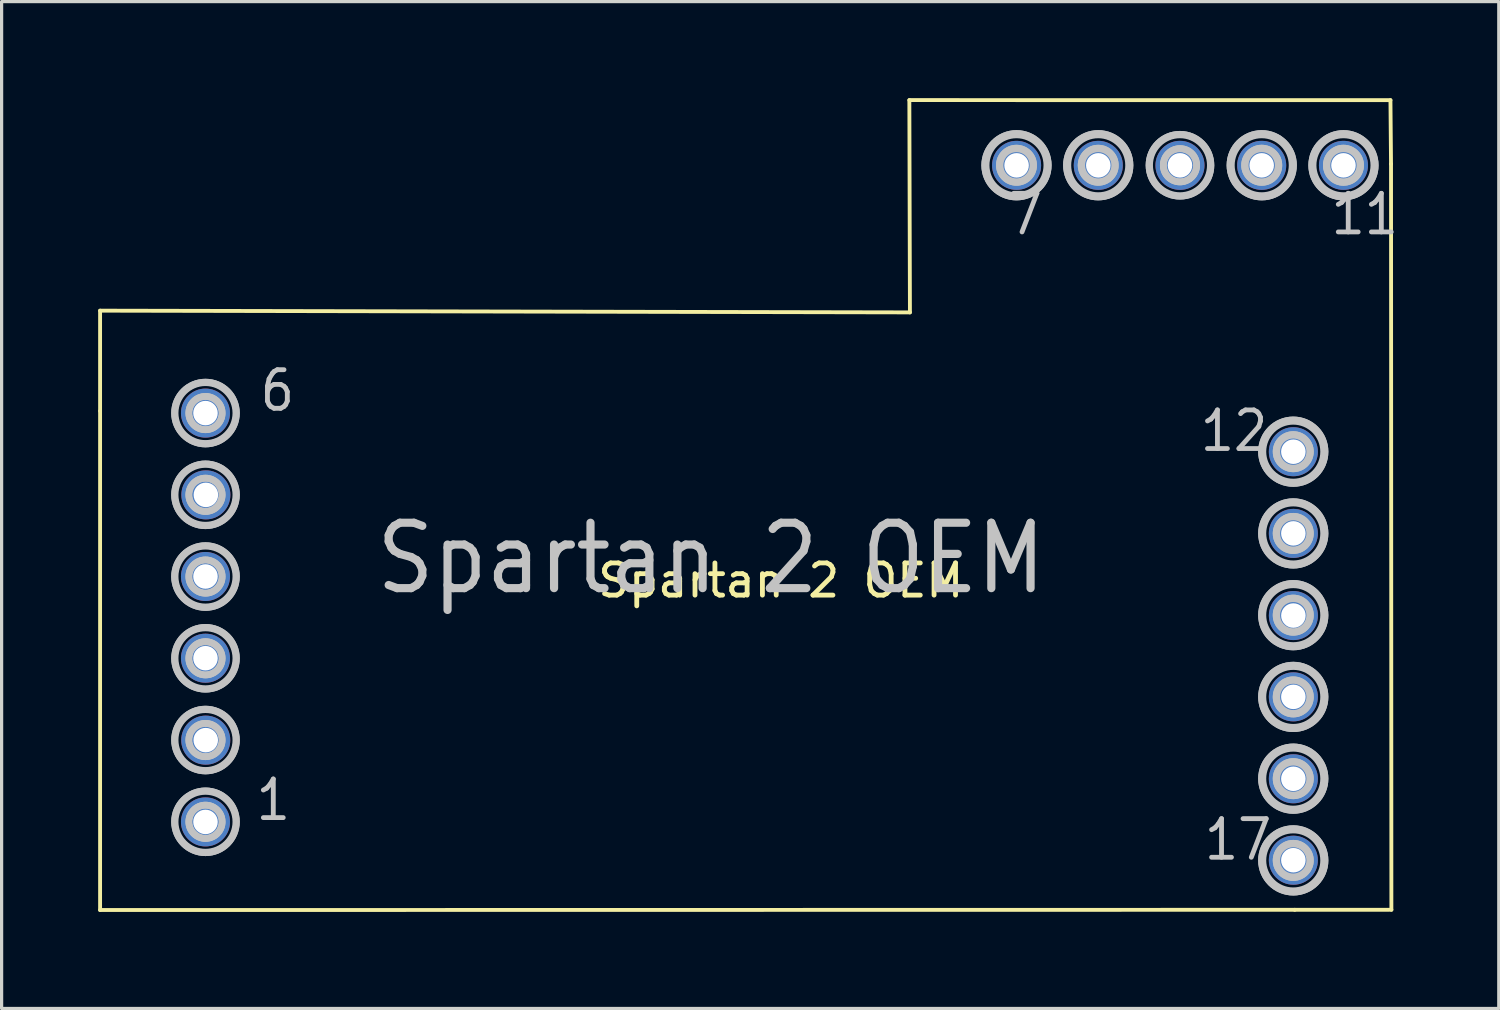
<source format=kicad_pcb>
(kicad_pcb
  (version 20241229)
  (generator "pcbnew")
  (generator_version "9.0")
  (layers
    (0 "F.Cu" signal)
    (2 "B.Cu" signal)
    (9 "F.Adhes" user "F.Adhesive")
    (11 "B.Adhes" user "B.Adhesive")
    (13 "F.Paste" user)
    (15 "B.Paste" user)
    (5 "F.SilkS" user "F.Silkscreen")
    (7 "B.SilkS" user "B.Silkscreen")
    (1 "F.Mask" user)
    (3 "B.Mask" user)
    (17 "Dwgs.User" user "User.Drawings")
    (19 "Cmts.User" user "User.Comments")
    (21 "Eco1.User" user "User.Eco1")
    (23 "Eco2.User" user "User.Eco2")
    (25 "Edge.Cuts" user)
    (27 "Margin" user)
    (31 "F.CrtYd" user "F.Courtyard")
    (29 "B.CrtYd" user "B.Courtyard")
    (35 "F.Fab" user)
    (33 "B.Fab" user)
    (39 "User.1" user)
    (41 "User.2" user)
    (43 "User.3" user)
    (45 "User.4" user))
  (footprint "Spartan 2 OEM"
    (layer "F.Cu")
    (at 21.212 15.487)
    (property "Reference" "Spartan 2 OEM" (at 0 -0.5 0) (unlocked yes) (layer "F.SilkS") (effects (font (size 1 1) (thickness 0.15))))
    (attr through_hole)
    (fp_line (start -21.152 -8.884) (end 4.012 -8.83) (stroke (width 0.12) (type solid)) (layer "F.SilkS"))
    (fp_line (start -21.152 -5.766) (end -21.152 -8.884) (stroke (width 0.12) (type solid)) (layer "F.SilkS"))
    (fp_line (start -21.152 -5.766) (end -21.152 9.74) (stroke (width 0.12) (type solid)) (layer "F.SilkS"))
    (fp_line (start 3.994 -15.427) (end 4.012 -8.83) (stroke (width 0.12) (type solid)) (layer "F.SilkS"))
    (fp_line (start 15.969 9.733) (end -21.152 9.74) (stroke (width 0.12) (type solid)) (layer "F.SilkS"))
    (fp_line (start 15.969 9.733) (end 18.972 9.732) (stroke (width 0.12) (type solid)) (layer "F.SilkS"))
    (fp_line (start 18.943 -15.425) (end 3.994 -15.427) (stroke (width 0.12) (type solid)) (layer "F.SilkS"))
    (fp_line (start 18.961 -13.441) (end 18.943 -15.425) (stroke (width 0.12) (type solid)) (layer "F.SilkS"))
    (fp_line (start 18.961 -13.441) (end 18.972 9.732) (stroke (width 0.12) (type solid)) (layer "F.SilkS"))
    (fp_circle (center -17.877 -5.702) (end -16.937 -5.702) (stroke (width 0.2) (type solid)) (fill no) (layer "Dwgs.User"))
    (fp_circle (center -17.877 -5.702) (end -16.912 -5.702) (stroke (width 0.2) (type solid)) (fill no) (layer "Dwgs.User"))
    (fp_circle (center -17.877 -5.702) (end -16.912 -5.702) (stroke (width 0.2) (type solid)) (fill no) (layer "Dwgs.User"))
    (fp_circle (center -17.877 -3.162) (end -16.937 -3.162) (stroke (width 0.2) (type solid)) (fill no) (layer "Dwgs.User"))
    (fp_circle (center -17.877 -3.162) (end -16.912 -3.162) (stroke (width 0.2) (type solid)) (fill no) (layer "Dwgs.User"))
    (fp_circle (center -17.877 -3.162) (end -16.912 -3.162) (stroke (width 0.2) (type solid)) (fill no) (layer "Dwgs.User"))
    (fp_circle (center -17.877 -0.622) (end -16.937 -0.622) (stroke (width 0.2) (type solid)) (fill no) (layer "Dwgs.User"))
    (fp_circle (center -17.877 -0.622) (end -16.912 -0.622) (stroke (width 0.2) (type solid)) (fill no) (layer "Dwgs.User"))
    (fp_circle (center -17.877 -0.622) (end -16.912 -0.622) (stroke (width 0.2) (type solid)) (fill no) (layer "Dwgs.User"))
    (fp_circle (center -17.877 1.918) (end -16.937 1.918) (stroke (width 0.2) (type solid)) (fill no) (layer "Dwgs.User"))
    (fp_circle (center -17.877 1.918) (end -16.912 1.918) (stroke (width 0.2) (type solid)) (fill no) (layer "Dwgs.User"))
    (fp_circle (center -17.877 1.918) (end -16.912 1.918) (stroke (width 0.2) (type solid)) (fill no) (layer "Dwgs.User"))
    (fp_circle (center -17.877 4.458) (end -16.937 4.458) (stroke (width 0.2) (type solid)) (fill no) (layer "Dwgs.User"))
    (fp_circle (center -17.877 4.458) (end -16.912 4.458) (stroke (width 0.2) (type solid)) (fill no) (layer "Dwgs.User"))
    (fp_circle (center -17.877 4.458) (end -16.912 4.458) (stroke (width 0.2) (type solid)) (fill no) (layer "Dwgs.User"))
    (fp_circle (center -17.877 6.998) (end -16.937 6.998) (stroke (width 0.2) (type solid)) (fill no) (layer "Dwgs.User"))
    (fp_circle (center -17.877 6.998) (end -16.912 6.998) (stroke (width 0.2) (type solid)) (fill no) (layer "Dwgs.User"))
    (fp_circle (center -17.877 6.998) (end -16.912 6.998) (stroke (width 0.2) (type solid)) (fill no) (layer "Dwgs.User"))
    (fp_circle (center -17.877 -5.702) (end -17.369 -5.702) (stroke (width 0.2) (type solid)) (fill no) (layer "Dwgs.User"))
    (fp_circle (center -17.877 -5.702) (end -17.355 -5.702) (stroke (width 0.2) (type solid)) (fill no) (layer "Dwgs.User"))
    (fp_circle (center -17.877 -5.702) (end -17.355 -5.702) (stroke (width 0.2) (type solid)) (fill no) (layer "Dwgs.User"))
    (fp_circle (center -17.877 -3.162) (end -17.369 -3.162) (stroke (width 0.2) (type solid)) (fill no) (layer "Dwgs.User"))
    (fp_circle (center -17.877 -3.162) (end -17.355 -3.162) (stroke (width 0.2) (type solid)) (fill no) (layer "Dwgs.User"))
    (fp_circle (center -17.877 -3.162) (end -17.355 -3.162) (stroke (width 0.2) (type solid)) (fill no) (layer "Dwgs.User"))
    (fp_circle (center -17.877 -0.622) (end -17.369 -0.622) (stroke (width 0.2) (type solid)) (fill no) (layer "Dwgs.User"))
    (fp_circle (center -17.877 -0.622) (end -17.355 -0.622) (stroke (width 0.2) (type solid)) (fill no) (layer "Dwgs.User"))
    (fp_circle (center -17.877 -0.622) (end -17.355 -0.622) (stroke (width 0.2) (type solid)) (fill no) (layer "Dwgs.User"))
    (fp_circle (center -17.877 1.918) (end -17.369 1.918) (stroke (width 0.2) (type solid)) (fill no) (layer "Dwgs.User"))
    (fp_circle (center -17.877 1.918) (end -17.355 1.918) (stroke (width 0.2) (type solid)) (fill no) (layer "Dwgs.User"))
    (fp_circle (center -17.877 1.918) (end -17.355 1.918) (stroke (width 0.2) (type solid)) (fill no) (layer "Dwgs.User"))
    (fp_circle (center -17.877 4.458) (end -17.369 4.458) (stroke (width 0.2) (type solid)) (fill no) (layer "Dwgs.User"))
    (fp_circle (center -17.877 4.458) (end -17.355 4.458) (stroke (width 0.2) (type solid)) (fill no) (layer "Dwgs.User"))
    (fp_circle (center -17.877 4.458) (end -17.355 4.458) (stroke (width 0.2) (type solid)) (fill no) (layer "Dwgs.User"))
    (fp_circle (center -17.877 6.998) (end -17.369 6.998) (stroke (width 0.2) (type solid)) (fill no) (layer "Dwgs.User"))
    (fp_circle (center -17.877 6.998) (end -17.355 6.998) (stroke (width 0.2) (type solid)) (fill no) (layer "Dwgs.User"))
    (fp_circle (center -17.877 6.998) (end -17.355 6.998) (stroke (width 0.2) (type solid)) (fill no) (layer "Dwgs.User"))
    (fp_circle (center 7.323 -13.402) (end 7.831 -13.402) (stroke (width 0.2) (type solid)) (fill no) (layer "Dwgs.User"))
    (fp_circle (center 7.323 -13.402) (end 7.858 -13.402) (stroke (width 0.2) (type solid)) (fill no) (layer "Dwgs.User"))
    (fp_circle (center 7.323 -13.402) (end 7.858 -13.402) (stroke (width 0.2) (type solid)) (fill no) (layer "Dwgs.User"))
    (fp_circle (center 7.323 -13.402) (end 8.263 -13.402) (stroke (width 0.2) (type solid)) (fill no) (layer "Dwgs.User"))
    (fp_circle (center 7.323 -13.402) (end 8.314 -13.402) (stroke (width 0.2) (type solid)) (fill no) (layer "Dwgs.User"))
    (fp_circle (center 7.323 -13.402) (end 8.314 -13.402) (stroke (width 0.2) (type solid)) (fill no) (layer "Dwgs.User"))
    (fp_circle (center 9.863 -13.402) (end 10.371 -13.402) (stroke (width 0.2) (type solid)) (fill no) (layer "Dwgs.User"))
    (fp_circle (center 9.863 -13.402) (end 10.398 -13.402) (stroke (width 0.2) (type solid)) (fill no) (layer "Dwgs.User"))
    (fp_circle (center 9.863 -13.402) (end 10.398 -13.402) (stroke (width 0.2) (type solid)) (fill no) (layer "Dwgs.User"))
    (fp_circle (center 9.863 -13.402) (end 10.803 -13.402) (stroke (width 0.2) (type solid)) (fill no) (layer "Dwgs.User"))
    (fp_circle (center 9.863 -13.402) (end 10.854 -13.402) (stroke (width 0.2) (type solid)) (fill no) (layer "Dwgs.User"))
    (fp_circle (center 9.863 -13.402) (end 10.854 -13.402) (stroke (width 0.2) (type solid)) (fill no) (layer "Dwgs.User"))
    (fp_circle (center 12.403 -13.402) (end 12.911 -13.402) (stroke (width 0.2) (type solid)) (fill no) (layer "Dwgs.User"))
    (fp_circle (center 12.403 -13.402) (end 12.925 -13.402) (stroke (width 0.2) (type solid)) (fill no) (layer "Dwgs.User"))
    (fp_circle (center 12.403 -13.402) (end 12.925 -13.402) (stroke (width 0.2) (type solid)) (fill no) (layer "Dwgs.User"))
    (fp_circle (center 12.403 -13.402) (end 13.343 -13.402) (stroke (width 0.2) (type solid)) (fill no) (layer "Dwgs.User"))
    (fp_circle (center 12.403 -13.402) (end 13.369 -13.402) (stroke (width 0.2) (type solid)) (fill no) (layer "Dwgs.User"))
    (fp_circle (center 12.403 -13.402) (end 13.369 -13.402) (stroke (width 0.2) (type solid)) (fill no) (layer "Dwgs.User"))
    (fp_circle (center 14.943 -13.402) (end 15.451 -13.402) (stroke (width 0.2) (type solid)) (fill no) (layer "Dwgs.User"))
    (fp_circle (center 14.943 -13.402) (end 15.479 -13.402) (stroke (width 0.2) (type solid)) (fill no) (layer "Dwgs.User"))
    (fp_circle (center 14.943 -13.402) (end 15.479 -13.402) (stroke (width 0.2) (type solid)) (fill no) (layer "Dwgs.User"))
    (fp_circle (center 14.943 -13.402) (end 15.883 -13.402) (stroke (width 0.2) (type solid)) (fill no) (layer "Dwgs.User"))
    (fp_circle (center 14.943 -13.402) (end 15.934 -13.402) (stroke (width 0.2) (type solid)) (fill no) (layer "Dwgs.User"))
    (fp_circle (center 14.943 -13.402) (end 15.934 -13.402) (stroke (width 0.2) (type solid)) (fill no) (layer "Dwgs.User"))
    (fp_circle (center 15.923 -4.502) (end 16.431 -4.502) (stroke (width 0.2) (type solid)) (fill no) (layer "Dwgs.User"))
    (fp_circle (center 15.923 -4.502) (end 16.459 -4.502) (stroke (width 0.2) (type solid)) (fill no) (layer "Dwgs.User"))
    (fp_circle (center 15.923 -4.502) (end 16.459 -4.502) (stroke (width 0.2) (type solid)) (fill no) (layer "Dwgs.User"))
    (fp_circle (center 15.923 -4.502) (end 16.863 -4.502) (stroke (width 0.2) (type solid)) (fill no) (layer "Dwgs.User"))
    (fp_circle (center 15.923 -4.502) (end 16.914 -4.502) (stroke (width 0.2) (type solid)) (fill no) (layer "Dwgs.User"))
    (fp_circle (center 15.923 -4.502) (end 16.914 -4.502) (stroke (width 0.2) (type solid)) (fill no) (layer "Dwgs.User"))
    (fp_circle (center 15.923 -1.962) (end 16.431 -1.962) (stroke (width 0.2) (type solid)) (fill no) (layer "Dwgs.User"))
    (fp_circle (center 15.923 -1.962) (end 16.459 -1.962) (stroke (width 0.2) (type solid)) (fill no) (layer "Dwgs.User"))
    (fp_circle (center 15.923 -1.962) (end 16.459 -1.962) (stroke (width 0.2) (type solid)) (fill no) (layer "Dwgs.User"))
    (fp_circle (center 15.923 -1.962) (end 16.863 -1.962) (stroke (width 0.2) (type solid)) (fill no) (layer "Dwgs.User"))
    (fp_circle (center 15.923 -1.962) (end 16.914 -1.962) (stroke (width 0.2) (type solid)) (fill no) (layer "Dwgs.User"))
    (fp_circle (center 15.923 -1.962) (end 16.914 -1.962) (stroke (width 0.2) (type solid)) (fill no) (layer "Dwgs.User"))
    (fp_circle (center 15.923 0.578) (end 16.431 0.578) (stroke (width 0.2) (type solid)) (fill no) (layer "Dwgs.User"))
    (fp_circle (center 15.923 0.578) (end 16.459 0.578) (stroke (width 0.2) (type solid)) (fill no) (layer "Dwgs.User"))
    (fp_circle (center 15.923 0.578) (end 16.459 0.578) (stroke (width 0.2) (type solid)) (fill no) (layer "Dwgs.User"))
    (fp_circle (center 15.923 0.578) (end 16.863 0.578) (stroke (width 0.2) (type solid)) (fill no) (layer "Dwgs.User"))
    (fp_circle (center 15.923 0.578) (end 16.914 0.578) (stroke (width 0.2) (type solid)) (fill no) (layer "Dwgs.User"))
    (fp_circle (center 15.923 0.578) (end 16.914 0.578) (stroke (width 0.2) (type solid)) (fill no) (layer "Dwgs.User"))
    (fp_circle (center 15.923 3.118) (end 16.431 3.118) (stroke (width 0.2) (type solid)) (fill no) (layer "Dwgs.User"))
    (fp_circle (center 15.923 3.118) (end 16.459 3.118) (stroke (width 0.2) (type solid)) (fill no) (layer "Dwgs.User"))
    (fp_circle (center 15.923 3.118) (end 16.459 3.118) (stroke (width 0.2) (type solid)) (fill no) (layer "Dwgs.User"))
    (fp_circle (center 15.923 3.118) (end 16.863 3.118) (stroke (width 0.2) (type solid)) (fill no) (layer "Dwgs.User"))
    (fp_circle (center 15.923 3.118) (end 16.914 3.118) (stroke (width 0.2) (type solid)) (fill no) (layer "Dwgs.User"))
    (fp_circle (center 15.923 3.118) (end 16.914 3.118) (stroke (width 0.2) (type solid)) (fill no) (layer "Dwgs.User"))
    (fp_circle (center 15.923 5.658) (end 16.431 5.658) (stroke (width 0.2) (type solid)) (fill no) (layer "Dwgs.User"))
    (fp_circle (center 15.923 5.658) (end 16.459 5.658) (stroke (width 0.2) (type solid)) (fill no) (layer "Dwgs.User"))
    (fp_circle (center 15.923 5.658) (end 16.459 5.658) (stroke (width 0.2) (type solid)) (fill no) (layer "Dwgs.User"))
    (fp_circle (center 15.923 5.658) (end 16.863 5.658) (stroke (width 0.2) (type solid)) (fill no) (layer "Dwgs.User"))
    (fp_circle (center 15.923 5.658) (end 16.914 5.658) (stroke (width 0.2) (type solid)) (fill no) (layer "Dwgs.User"))
    (fp_circle (center 15.923 5.658) (end 16.914 5.658) (stroke (width 0.2) (type solid)) (fill no) (layer "Dwgs.User"))
    (fp_circle (center 15.923 8.198) (end 16.431 8.198) (stroke (width 0.2) (type solid)) (fill no) (layer "Dwgs.User"))
    (fp_circle (center 15.923 8.198) (end 16.459 8.198) (stroke (width 0.2) (type solid)) (fill no) (layer "Dwgs.User"))
    (fp_circle (center 15.923 8.198) (end 16.459 8.198) (stroke (width 0.2) (type solid)) (fill no) (layer "Dwgs.User"))
    (fp_circle (center 15.923 8.198) (end 16.863 8.198) (stroke (width 0.2) (type solid)) (fill no) (layer "Dwgs.User"))
    (fp_circle (center 15.923 8.198) (end 16.914 8.198) (stroke (width 0.2) (type solid)) (fill no) (layer "Dwgs.User"))
    (fp_circle (center 15.923 8.198) (end 16.914 8.198) (stroke (width 0.2) (type solid)) (fill no) (layer "Dwgs.User"))
    (fp_circle (center 17.483 -13.402) (end 17.991 -13.402) (stroke (width 0.2) (type solid)) (fill no) (layer "Dwgs.User"))
    (fp_circle (center 17.483 -13.402) (end 18.019 -13.402) (stroke (width 0.2) (type solid)) (fill no) (layer "Dwgs.User"))
    (fp_circle (center 17.483 -13.402) (end 18.019 -13.402) (stroke (width 0.2) (type solid)) (fill no) (layer "Dwgs.User"))
    (fp_circle (center 17.483 -13.402) (end 18.423 -13.402) (stroke (width 0.2) (type solid)) (fill no) (layer "Dwgs.User"))
    (fp_circle (center 17.483 -13.402) (end 18.474 -13.402) (stroke (width 0.2) (type solid)) (fill no) (layer "Dwgs.User"))
    (fp_circle (center 17.483 -13.402) (end 18.474 -13.402) (stroke (width 0.2) (type solid)) (fill no) (layer "Dwgs.User"))
    (fp_text user "17" (at 13.081 8.255 0) (layer "Dwgs.User") (effects (font (size 1.2 1.08) (thickness 0.15)) (justify left bottom)))
    (fp_text user "12" (at 12.954 -4.445 0) (layer "Dwgs.User") (effects (font (size 1.2 1.08) (thickness 0.15)) (justify left bottom)))
    (fp_text user "11" (at 17.018 -11.176 0) (layer "Dwgs.User") (effects (font (size 1.2 1.08) (thickness 0.15)) (justify left bottom)))
    (fp_text user "6" (at -16.256 -5.695 0) (layer "Dwgs.User") (effects (font (size 1.2 1.08) (thickness 0.15)) (justify left bottom)))
    (fp_text user "1" (at -16.383 7.023 0) (layer "Dwgs.User") (effects (font (size 1.2 1.08) (thickness 0.15)) (justify left bottom)))
    (fp_text user "7" (at 6.985 -11.176 0) (layer "Dwgs.User") (effects (font (size 1.2 1.08) (thickness 0.15)) (justify left bottom)))
    (fp_text user "Spartan 2 OEM" (at -12.7 0 0) (layer "Dwgs.User") (effects (font (size 2.032 1.829) (thickness 0.254)) (justify left bottom)))
    (pad "1" thru_hole circle (at -17.877 7.002) (size 1.524 1.524) (drill 0.762) (layers "*.Cu" "*.Mask"))
    (pad "2" thru_hole circle (at -17.869 4.461) (size 1.524 1.524) (drill 0.762) (layers "*.Cu" "*.Mask"))
    (pad "3" thru_hole circle (at -17.877 1.915) (size 1.524 1.524) (drill 0.762) (layers "*.Cu" "*.Mask"))
    (pad "4" thru_hole circle (at -17.877 -0.624) (size 1.524 1.524) (drill 0.762) (layers "*.Cu" "*.Mask"))
    (pad "5" thru_hole circle (at -17.865 -3.16) (size 1.524 1.524) (drill 0.762) (layers "*.Cu" "*.Mask"))
    (pad "6" thru_hole circle (at -17.877 -5.701) (size 1.524 1.524) (drill 0.762) (layers "*.Cu" "*.Mask"))
    (pad "7" thru_hole circle (at 7.326 -13.399) (size 1.524 1.524) (drill 0.762) (layers "*.Cu" "*.Mask"))
    (pad "8" thru_hole circle (at 9.865 -13.399) (size 1.524 1.524) (drill 0.762) (layers "*.Cu" "*.Mask"))
    (pad "9" thru_hole circle (at 12.403 -13.399) (size 1.524 1.524) (drill 0.762) (layers "*.Cu" "*.Mask"))
    (pad "10" thru_hole circle (at 14.942 -13.399) (size 1.524 1.524) (drill 0.762) (layers "*.Cu" "*.Mask"))
    (pad "11" thru_hole circle (at 17.483 -13.399) (size 1.524 1.524) (drill 0.762) (layers "*.Cu" "*.Mask"))
    (pad "12" thru_hole circle (at 15.926 -4.501) (size 1.524 1.524) (drill 0.762) (layers "*.Cu" "*.Mask"))
    (pad "13" thru_hole circle (at 15.926 -1.963) (size 1.524 1.524) (drill 0.762) (layers "*.Cu" "*.Mask"))
    (pad "14" thru_hole circle (at 15.927 0.59) (size 1.524 1.524) (drill 0.762) (layers "*.Cu" "*.Mask"))
    (pad "15" thru_hole circle (at 15.926 3.116) (size 1.524 1.524) (drill 0.762) (layers "*.Cu" "*.Mask"))
    (pad "16" thru_hole circle (at 15.926 5.662) (size 1.524 1.524) (drill 0.762) (layers "*.Cu" "*.Mask"))
    (pad "17" thru_hole circle (at 15.926 8.192) (size 1.524 1.524) (drill 0.762) (layers "*.Cu" "*.Mask")))
  (gr_rect
    (start -3 -3)
    (end 43.521 28.287)
    (stroke (width 0.1) (type default))
    (fill no)
    (layer "Edge.Cuts")))
</source>
